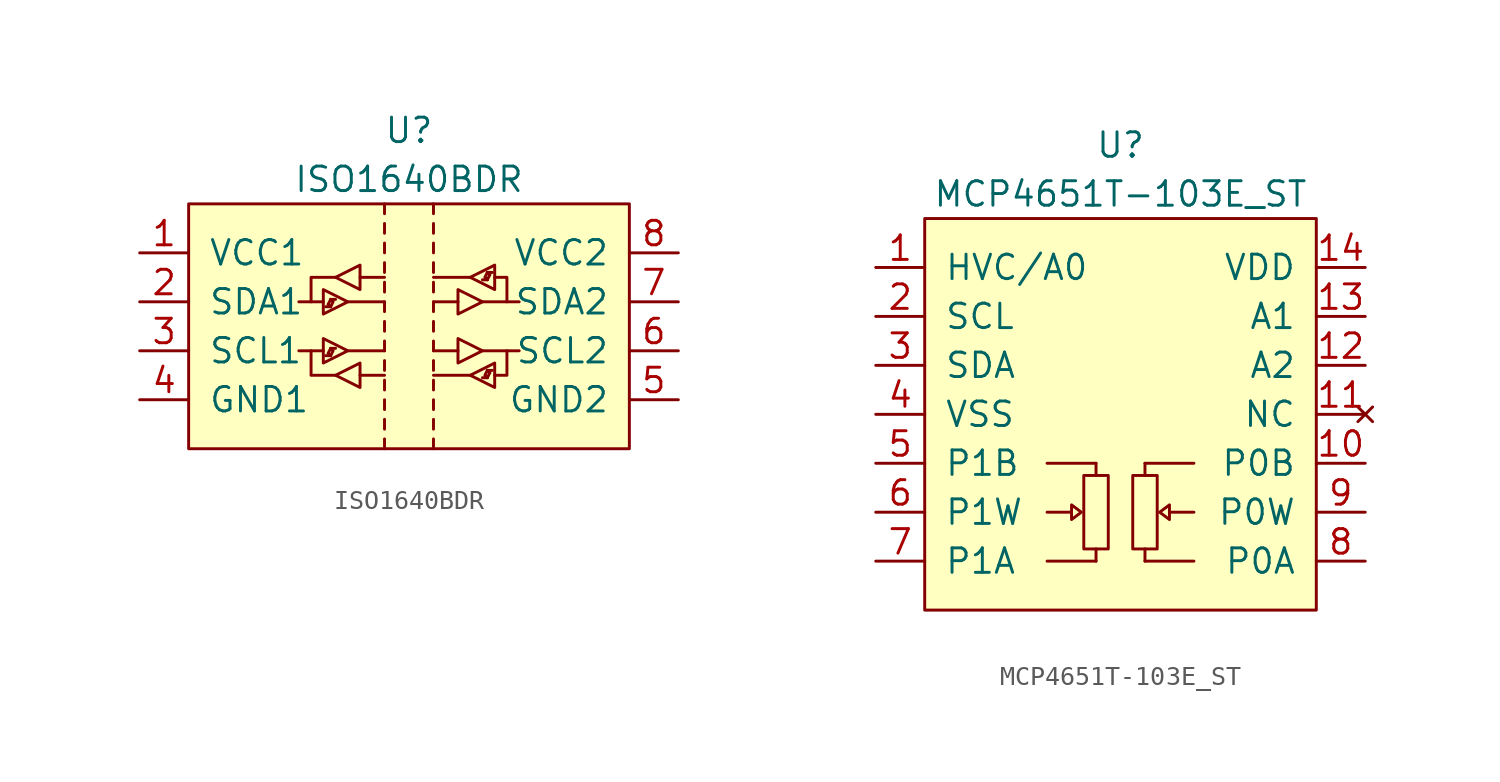
<source format=kicad_sym>
(kicad_symbol_lib
  (version 20220914)
  (generator kicad_symbol_editor)
  (symbol "ISO1640BDR"
    (pin_names
      (offset 1.016))
    (property "Reference" "U"
      (at 0 10.16 0)
      (effects (font (size 1.27 1.27))))
    (property "Value" "ISO1640BDR"
      (at 0 7.62 0)
      (effects (font (size 1.27 1.27))))
    (symbol "ISO1640BDR_0_1"
      (rectangle (start -11.43 6.35) (end 11.43 -6.35) (stroke (width 0) (type solid)) (fill (type background)))
      (polyline (pts (xy -5.715 1.27) (xy -4.445 1.27)) (stroke (width 0) (type solid)) (fill (type none)))
      (polyline (pts (xy -4.191 1.143) (xy -4.064 1.016)) (stroke (width 0) (type solid)) (fill (type none)))
      (polyline (pts (xy -4.064 1.397) (xy -3.81 1.397)) (stroke (width 0) (type solid)) (fill (type none)))
      (polyline (pts (xy -3.175 -1.27) (xy -1.27 -1.27)) (stroke (width 0) (type solid)) (fill (type none)))
      (polyline (pts (xy -3.175 1.27) (xy -1.27 1.27)) (stroke (width 0) (type solid)) (fill (type none)))
      (polyline (pts (xy -1.27 5.334) (xy -1.27 4.826)) (stroke (width 0) (type solid)) (fill (type none)))
      (polyline (pts (xy -1.27 6.35) (xy -1.27 5.842)) (stroke (width 0) (type solid)) (fill (type none)))
      (polyline (pts (xy 3.175 -2.54) (xy 1.27 -2.54)) (stroke (width 0) (type solid)) (fill (type none)))
      (polyline (pts (xy 3.175 2.54) (xy 1.27 2.54)) (stroke (width 0) (type solid)) (fill (type none)))
      (polyline (pts (xy -5.08 -1.27) (xy -5.08 -2.54) (xy -3.81 -2.54)) (stroke (width 0) (type solid)) (fill (type none)))
      (polyline (pts (xy -5.08 1.27) (xy -5.08 2.54) (xy -3.81 2.54)) (stroke (width 0) (type solid)) (fill (type none)))
      (polyline (pts (xy -4.191 1.143) (xy -4.064 1.397) (xy -4.191 1.143)) (stroke (width 0) (type solid)) (fill (type none)))
      (polyline (pts (xy -4.064 1.016) (xy -4.318 1.016) (xy -4.191 1.016)) (stroke (width 0) (type solid)) (fill (type none)))
      (polyline (pts (xy -4.064 1.016) (xy -3.937 1.27) (xy -4.064 1.397)) (stroke (width 0) (type solid)) (fill (type none)))
      (polyline (pts (xy 4.445 2.54) (xy 5.08 2.54) (xy 5.08 1.27)) (stroke (width 0) (type solid)) (fill (type none)))
      (polyline (pts (xy 4.445 -2.54) (xy 5.08 -2.54) (xy 5.08 -1.27) (xy 5.08 -2.54)) (stroke (width 0) (type solid)) (fill (type none)))
      (polyline (pts (xy -4.445 1.905) (xy -4.445 0.635) (xy -3.175 1.27) (xy -4.445 1.905) (xy -3.175 1.27)) (stroke (width 0) (type solid)) (fill (type none))))
    (symbol "ISO1640BDR_1_1"
      (polyline (pts (xy -5.715 -1.27) (xy -4.445 -1.27)) (stroke (width 0) (type solid)) (fill (type none)))
      (polyline (pts (xy -4.191 -1.397) (xy -4.064 -1.524)) (stroke (width 0) (type solid)) (fill (type none)))
      (polyline (pts (xy -4.064 -1.143) (xy -3.81 -1.143)) (stroke (width 0) (type solid)) (fill (type none)))
      (polyline (pts (xy -1.27 -5.842) (xy -1.27 -6.35)) (stroke (width 0) (type solid)) (fill (type none)))
      (polyline (pts (xy -1.27 -4.826) (xy -1.27 -5.334)) (stroke (width 0) (type solid)) (fill (type none)))
      (polyline (pts (xy -1.27 -3.81) (xy -1.27 -4.318)) (stroke (width 0) (type solid)) (fill (type none)))
      (polyline (pts (xy -1.27 -2.794) (xy -1.27 -3.302)) (stroke (width 0) (type solid)) (fill (type none)))
      (polyline (pts (xy -1.27 -2.54) (xy -2.54 -2.54)) (stroke (width 0) (type solid)) (fill (type none)))
      (polyline (pts (xy -1.27 -1.778) (xy -1.27 -2.286)) (stroke (width 0) (type solid)) (fill (type none)))
      (polyline (pts (xy -1.27 -0.762) (xy -1.27 -1.27)) (stroke (width 0) (type solid)) (fill (type none)))
      (polyline (pts (xy -1.27 0.254) (xy -1.27 -0.254)) (stroke (width 0) (type solid)) (fill (type none)))
      (polyline (pts (xy -1.27 1.27) (xy -1.27 0.762)) (stroke (width 0) (type solid)) (fill (type none)))
      (polyline (pts (xy -1.27 2.286) (xy -1.27 1.778)) (stroke (width 0) (type solid)) (fill (type none)))
      (polyline (pts (xy -1.27 2.54) (xy -2.54 2.54)) (stroke (width 0) (type solid)) (fill (type none)))
      (polyline (pts (xy -1.27 3.302) (xy -1.27 2.794)) (stroke (width 0) (type solid)) (fill (type none)))
      (polyline (pts (xy -1.27 4.318) (xy -1.27 3.81)) (stroke (width 0) (type solid)) (fill (type none)))
      (polyline (pts (xy 1.27 -5.842) (xy 1.27 -6.35)) (stroke (width 0) (type solid)) (fill (type none)))
      (polyline (pts (xy 1.27 -4.826) (xy 1.27 -5.334)) (stroke (width 0) (type solid)) (fill (type none)))
      (polyline (pts (xy 1.27 -3.81) (xy 1.27 -4.318)) (stroke (width 0) (type solid)) (fill (type none)))
      (polyline (pts (xy 1.27 -2.794) (xy 1.27 -3.302)) (stroke (width 0) (type solid)) (fill (type none)))
      (polyline (pts (xy 1.27 -1.778) (xy 1.27 -2.286)) (stroke (width 0) (type solid)) (fill (type none)))
      (polyline (pts (xy 1.27 -1.27) (xy 2.54 -1.27)) (stroke (width 0) (type solid)) (fill (type none)))
      (polyline (pts (xy 1.27 -0.762) (xy 1.27 -1.27)) (stroke (width 0) (type solid)) (fill (type none)))
      (polyline (pts (xy 1.27 0.254) (xy 1.27 -0.254)) (stroke (width 0) (type solid)) (fill (type none)))
      (polyline (pts (xy 1.27 1.27) (xy 1.27 0.762)) (stroke (width 0) (type solid)) (fill (type none)))
      (polyline (pts (xy 1.27 1.27) (xy 2.54 1.27)) (stroke (width 0) (type solid)) (fill (type none)))
      (polyline (pts (xy 1.27 2.286) (xy 1.27 1.778)) (stroke (width 0) (type solid)) (fill (type none)))
      (polyline (pts (xy 1.27 3.302) (xy 1.27 2.794)) (stroke (width 0) (type solid)) (fill (type none)))
      (polyline (pts (xy 1.27 4.318) (xy 1.27 3.81)) (stroke (width 0) (type solid)) (fill (type none)))
      (polyline (pts (xy 1.27 5.334) (xy 1.27 4.826)) (stroke (width 0) (type solid)) (fill (type none)))
      (polyline (pts (xy 1.27 6.35) (xy 1.27 5.842)) (stroke (width 0) (type solid)) (fill (type none)))
      (polyline (pts (xy 3.81 -1.27) (xy 5.715 -1.27)) (stroke (width 0) (type solid)) (fill (type none)))
      (polyline (pts (xy 3.81 1.27) (xy 5.715 1.27)) (stroke (width 0) (type solid)) (fill (type none)))
      (polyline (pts (xy 4.064 -2.667) (xy 3.81 -2.667)) (stroke (width 0) (type solid)) (fill (type none)))
      (polyline (pts (xy 4.064 2.413) (xy 3.81 2.413)) (stroke (width 0) (type solid)) (fill (type none)))
      (polyline (pts (xy 4.191 -2.413) (xy 4.064 -2.286)) (stroke (width 0) (type solid)) (fill (type none)))
      (polyline (pts (xy 4.191 2.667) (xy 4.064 2.794)) (stroke (width 0) (type solid)) (fill (type none)))
      (polyline (pts (xy -4.191 -1.397) (xy -4.064 -1.143) (xy -4.191 -1.397)) (stroke (width 0) (type solid)) (fill (type none)))
      (polyline (pts (xy -4.064 -1.524) (xy -4.318 -1.524) (xy -4.191 -1.524)) (stroke (width 0) (type solid)) (fill (type none)))
      (polyline (pts (xy -4.064 -1.524) (xy -3.937 -1.27) (xy -4.064 -1.143)) (stroke (width 0) (type solid)) (fill (type none)))
      (polyline (pts (xy 4.064 -2.286) (xy 3.937 -2.54) (xy 4.064 -2.667)) (stroke (width 0) (type solid)) (fill (type none)))
      (polyline (pts (xy 4.064 -2.286) (xy 4.318 -2.286) (xy 4.191 -2.286)) (stroke (width 0) (type solid)) (fill (type none)))
      (polyline (pts (xy 4.064 2.794) (xy 3.937 2.54) (xy 4.064 2.413)) (stroke (width 0) (type solid)) (fill (type none)))
      (polyline (pts (xy 4.064 2.794) (xy 4.318 2.794) (xy 4.191 2.794)) (stroke (width 0) (type solid)) (fill (type none)))
      (polyline (pts (xy 4.191 -2.413) (xy 4.064 -2.667) (xy 4.191 -2.413)) (stroke (width 0) (type solid)) (fill (type none)))
      (polyline (pts (xy 4.191 2.667) (xy 4.064 2.413) (xy 4.191 2.667)) (stroke (width 0) (type solid)) (fill (type none)))
      (polyline (pts (xy -4.445 -0.635) (xy -4.445 -1.905) (xy -3.175 -1.27) (xy -4.445 -0.635) (xy -3.175 -1.27)) (stroke (width 0) (type solid)) (fill (type none)))
      (polyline (pts (xy -2.54 -3.175) (xy -2.54 -1.905) (xy -3.81 -2.54) (xy -2.54 -3.175) (xy -3.81 -2.54)) (stroke (width 0) (type solid)) (fill (type none)))
      (polyline (pts (xy -2.54 1.905) (xy -2.54 3.175) (xy -3.81 2.54) (xy -2.54 1.905) (xy -3.81 2.54)) (stroke (width 0) (type solid)) (fill (type none)))
      (polyline (pts (xy 2.54 -0.635) (xy 2.54 -1.905) (xy 3.81 -1.27) (xy 2.54 -0.635) (xy 3.81 -1.27)) (stroke (width 0) (type solid)) (fill (type none)))
      (polyline (pts (xy 2.54 1.905) (xy 2.54 0.635) (xy 3.81 1.27) (xy 2.54 1.905) (xy 3.81 1.27)) (stroke (width 0) (type solid)) (fill (type none)))
      (polyline (pts (xy 4.445 -3.175) (xy 4.445 -1.905) (xy 3.175 -2.54) (xy 4.445 -3.175) (xy 3.175 -2.54)) (stroke (width 0) (type solid)) (fill (type none)))
      (polyline (pts (xy 4.445 1.905) (xy 4.445 3.175) (xy 3.175 2.54) (xy 4.445 1.905) (xy 3.175 2.54)) (stroke (width 0) (type solid)) (fill (type none)))
      (pin power_in line (at -13.97 3.81 0) (length 2.54) (name "VCC1" (effects (font (size 1.27 1.27)))) (number "1" (effects (font (size 1.27 1.27)))))
      (pin bidirectional line (at -13.97 1.27 0) (length 2.54) (name "SDA1" (effects (font (size 1.27 1.27)))) (number "2" (effects (font (size 1.27 1.27)))))
      (pin bidirectional line (at -13.97 -1.27 0) (length 2.54) (name "SCL1" (effects (font (size 1.27 1.27)))) (number "3" (effects (font (size 1.27 1.27)))))
      (pin power_out line (at -13.97 -3.81 0) (length 2.54) (name "GND1" (effects (font (size 1.27 1.27)))) (number "4" (effects (font (size 1.27 1.27)))))
      (pin power_out line (at 13.97 -3.81 180) (length 2.54) (name "GND2" (effects (font (size 1.27 1.27)))) (number "5" (effects (font (size 1.27 1.27)))))
      (pin bidirectional line (at 13.97 -1.27 180) (length 2.54) (name "SCL2" (effects (font (size 1.27 1.27)))) (number "6" (effects (font (size 1.27 1.27)))))
      (pin bidirectional line (at 13.97 1.27 180) (length 2.54) (name "SDA2" (effects (font (size 1.27 1.27)))) (number "7" (effects (font (size 1.27 1.27)))))
      (pin power_in line (at 13.97 3.81 180) (length 2.54) (name "VCC2" (effects (font (size 1.27 1.27)))) (number "8" (effects (font (size 1.27 1.27)))))))
  (symbol "MCP4651T-103E_ST"
    (pin_names
      (offset 1.016))
    (property "Reference" "U"
      (at 0 13.97 0)
      (effects (font (size 1.27 1.27))))
    (property "Value" "MCP4651T-103E_ST"
      (at 0 11.43 0)
      (effects (font (size 1.27 1.27))))
    (symbol "MCP4651T-103E_ST_0_1"
      (rectangle (start -10.16 10.16) (end 10.16 -10.16) (stroke (width 0) (type solid)) (fill (type background)))
      (rectangle (start -1.905 -3.175) (end -0.635 -6.985) (stroke (width 0) (type solid)) (fill (type none)))
      (polyline (pts (xy -3.81 -7.62) (xy -1.27 -7.62)) (stroke (width 0) (type solid)) (fill (type none)))
      (polyline (pts (xy -3.81 -5.08) (xy -2.54 -5.08)) (stroke (width 0) (type solid)) (fill (type none)))
      (polyline (pts (xy -3.81 -2.54) (xy -1.27 -2.54)) (stroke (width 0) (type solid)) (fill (type none)))
      (polyline (pts (xy -1.27 -7.62) (xy -1.27 -6.985)) (stroke (width 0) (type solid)) (fill (type none)))
      (polyline (pts (xy -1.27 -2.54) (xy -1.27 -3.175)) (stroke (width 0) (type solid)) (fill (type none)))
      (polyline (pts (xy -2.54 -4.699) (xy -2.54 -5.461) (xy -2.032 -5.08) (xy -2.54 -4.699)) (stroke (width 0) (type solid)) (fill (type none))))
    (symbol "MCP4651T-103E_ST_1_1"
      (polyline (pts (xy 1.27 -7.62) (xy 1.27 -6.985)) (stroke (width 0) (type solid)) (fill (type none)))
      (polyline (pts (xy 1.27 -2.54) (xy 1.27 -3.175)) (stroke (width 0) (type solid)) (fill (type none)))
      (polyline (pts (xy 3.81 -7.62) (xy 1.27 -7.62)) (stroke (width 0) (type solid)) (fill (type none)))
      (polyline (pts (xy 3.81 -5.08) (xy 2.54 -5.08)) (stroke (width 0) (type solid)) (fill (type none)))
      (polyline (pts (xy 3.81 -2.54) (xy 1.27 -2.54)) (stroke (width 0) (type solid)) (fill (type none)))
      (polyline (pts (xy 2.54 -5.461) (xy 2.54 -4.699) (xy 2.032 -5.08) (xy 2.54 -5.461)) (stroke (width 0) (type solid)) (fill (type none)))
      (rectangle (start 1.905 -6.985) (end 0.635 -3.175) (stroke (width 0) (type solid)) (fill (type none)))
      (pin bidirectional line (at -12.7 7.62 0) (length 2.54) (name "HVC/A0" (effects (font (size 1.27 1.27)))) (number "1" (effects (font (size 1.27 1.27)))))
      (pin bidirectional line (at 12.7 -2.54 180) (length 2.54) (name "P0B" (effects (font (size 1.27 1.27)))) (number "10" (effects (font (size 1.27 1.27)))))
      (pin no_connect line (at 12.7 0 180) (length 2.54) (name "NC" (effects (font (size 1.27 1.27)))) (number "11" (effects (font (size 1.27 1.27)))))
      (pin bidirectional line (at 12.7 2.54 180) (length 2.54) (name "A2" (effects (font (size 1.27 1.27)))) (number "12" (effects (font (size 1.27 1.27)))))
      (pin bidirectional line (at 12.7 5.08 180) (length 2.54) (name "A1" (effects (font (size 1.27 1.27)))) (number "13" (effects (font (size 1.27 1.27)))))
      (pin power_out line (at 12.7 7.62 180) (length 2.54) (name "VDD" (effects (font (size 1.27 1.27)))) (number "14" (effects (font (size 1.27 1.27)))))
      (pin bidirectional line (at -12.7 5.08 0) (length 2.54) (name "SCL" (effects (font (size 1.27 1.27)))) (number "2" (effects (font (size 1.27 1.27)))))
      (pin bidirectional line (at -12.7 2.54 0) (length 2.54) (name "SDA" (effects (font (size 1.27 1.27)))) (number "3" (effects (font (size 1.27 1.27)))))
      (pin power_in line (at -12.7 0 0) (length 2.54) (name "VSS" (effects (font (size 1.27 1.27)))) (number "4" (effects (font (size 1.27 1.27)))))
      (pin bidirectional line (at -12.7 -2.54 0) (length 2.54) (name "P1B" (effects (font (size 1.27 1.27)))) (number "5" (effects (font (size 1.27 1.27)))))
      (pin bidirectional line (at -12.7 -5.08 0) (length 2.54) (name "P1W" (effects (font (size 1.27 1.27)))) (number "6" (effects (font (size 1.27 1.27)))))
      (pin bidirectional line (at -12.7 -7.62 0) (length 2.54) (name "P1A" (effects (font (size 1.27 1.27)))) (number "7" (effects (font (size 1.27 1.27)))))
      (pin bidirectional line (at 12.7 -7.62 180) (length 2.54) (name "P0A" (effects (font (size 1.27 1.27)))) (number "8" (effects (font (size 1.27 1.27)))))
      (pin bidirectional line (at 12.7 -5.08 180) (length 2.54) (name "P0W" (effects (font (size 1.27 1.27)))) (number "9" (effects (font (size 1.27 1.27))))))))
</source>
